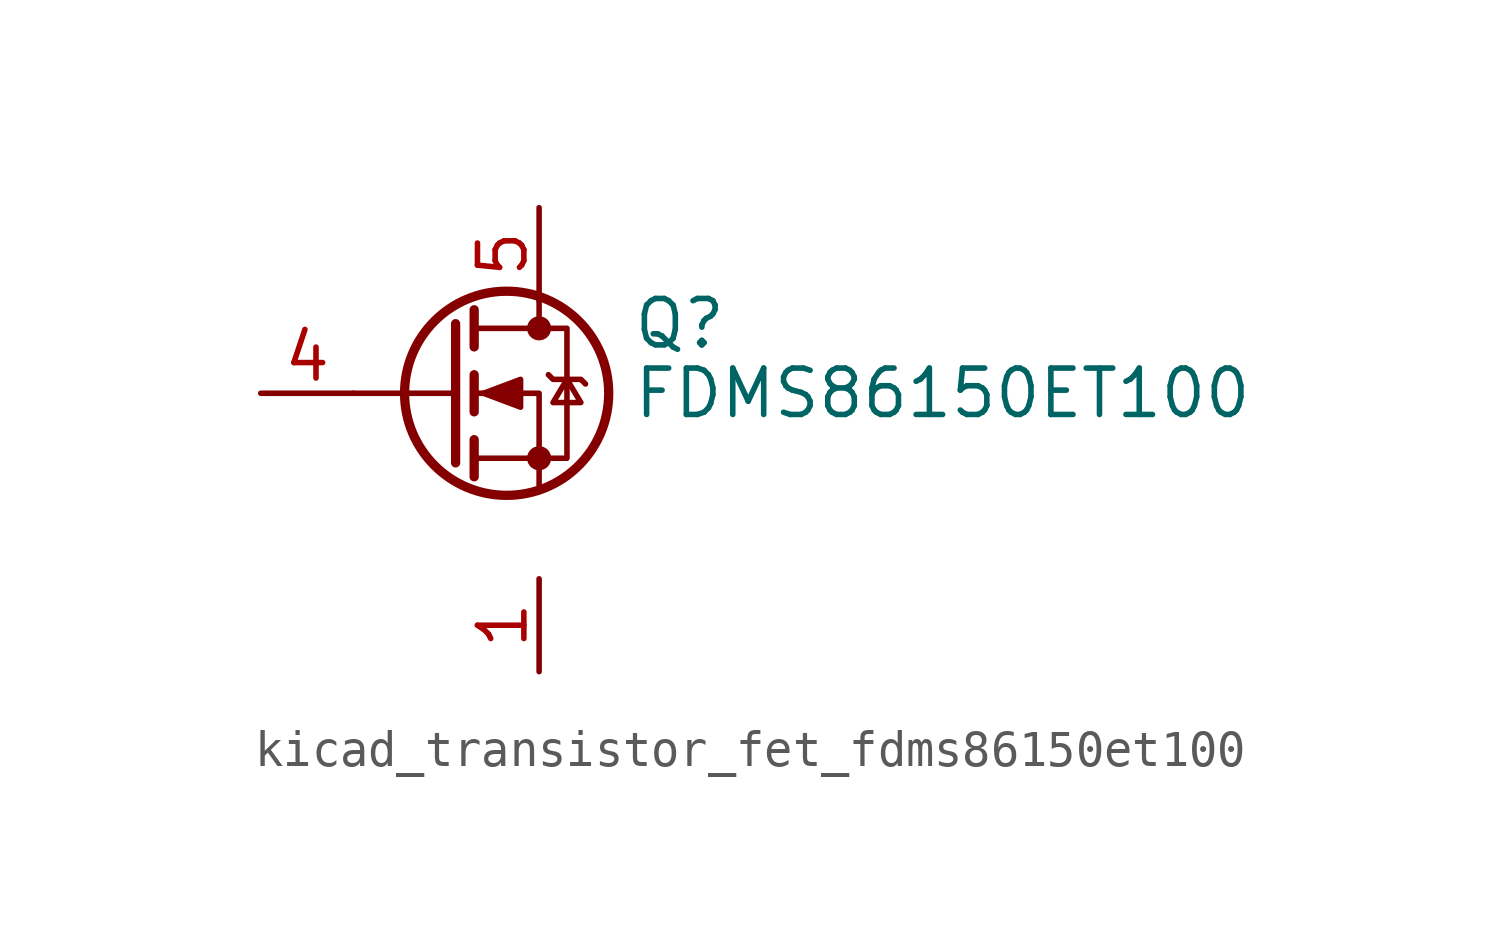
<source format=kicad_sym>
(kicad_symbol_lib
  (version 20220914)
  (generator kicad_symbol_editor)
  (symbol "kicad_transistor_fet_fdms86150et100"
    (pin_names hide)
    (property "Reference" "Q"
      (at 5.08 1.905 0)
      (effects (font (size 1.27 1.27)) (justify left)))
    (property "Value" "FDMS86150ET100"
      (at 5.08 0 0)
      (effects (font (size 1.27 1.27)) (justify left)))
    (symbol "kicad_transistor_fet_fdms86150et100_0_1"
      (polyline (pts (xy 0.254 0) (xy -2.54 0)) (stroke (width 0) (type default)) (fill (type none)))
      (polyline (pts (xy 0.254 1.905) (xy 0.254 -1.905)) (stroke (width 0.254) (type default)) (fill (type none)))
      (polyline (pts (xy 0.762 -1.27) (xy 0.762 -2.286)) (stroke (width 0.254) (type default)) (fill (type none)))
      (polyline (pts (xy 0.762 0.508) (xy 0.762 -0.508)) (stroke (width 0.254) (type default)) (fill (type none)))
      (polyline (pts (xy 0.762 2.286) (xy 0.762 1.27)) (stroke (width 0.254) (type default)) (fill (type none)))
      (polyline (pts (xy 2.54 2.54) (xy 2.54 1.778)) (stroke (width 0) (type default)) (fill (type none)))
      (polyline (pts (xy 2.54 -2.54) (xy 2.54 0) (xy 0.762 0)) (stroke (width 0) (type default)) (fill (type none)))
      (polyline (pts (xy 0.762 -1.778) (xy 3.302 -1.778) (xy 3.302 1.778) (xy 0.762 1.778)) (stroke (width 0) (type default)) (fill (type none)))
      (polyline (pts (xy 1.016 0) (xy 2.032 0.381) (xy 2.032 -0.381) (xy 1.016 0)) (stroke (width 0) (type default)) (fill (type outline)))
      (polyline (pts (xy 2.794 0.508) (xy 2.921 0.381) (xy 3.683 0.381) (xy 3.81 0.254)) (stroke (width 0) (type default)) (fill (type none)))
      (polyline (pts (xy 3.302 0.381) (xy 2.921 -0.254) (xy 3.683 -0.254) (xy 3.302 0.381)) (stroke (width 0) (type default)) (fill (type none)))
      (circle (center 1.651 0) (radius 2.794) (stroke (width 0.254) (type default)) (fill (type none)))
      (circle (center 2.54 -1.778) (radius 0.254) (stroke (width 0) (type default)) (fill (type outline)))
      (circle (center 2.54 1.778) (radius 0.254) (stroke (width 0) (type default)) (fill (type outline))))
    (symbol "kicad_transistor_fet_fdms86150et100_1_1"
      (pin passive line (at 2.54 -5.08 270) (length 2.54) (name "S" (effects (font (size 1.27 1.27)))) (number "1" (effects (font (size 1.27 1.27)))))
      (pin passive line (at 2.54 -5.08 270) (length 2.54) hide (name "S" (effects (font (size 1.27 1.27)))) (number "2" (effects (font (size 1.27 1.27)))))
      (pin passive line (at 2.54 -5.08 90) (length 2.54) hide (name "S" (effects (font (size 1.27 1.27)))) (number "3" (effects (font (size 1.27 1.27)))))
      (pin passive line (at -5.08 0 0) (length 2.54) (name "G" (effects (font (size 1.27 1.27)))) (number "4" (effects (font (size 1.27 1.27)))))
      (pin passive line (at 2.54 5.08 270) (length 2.54) (name "D" (effects (font (size 1.27 1.27)))) (number "5" (effects (font (size 1.27 1.27))))))))
</source>
